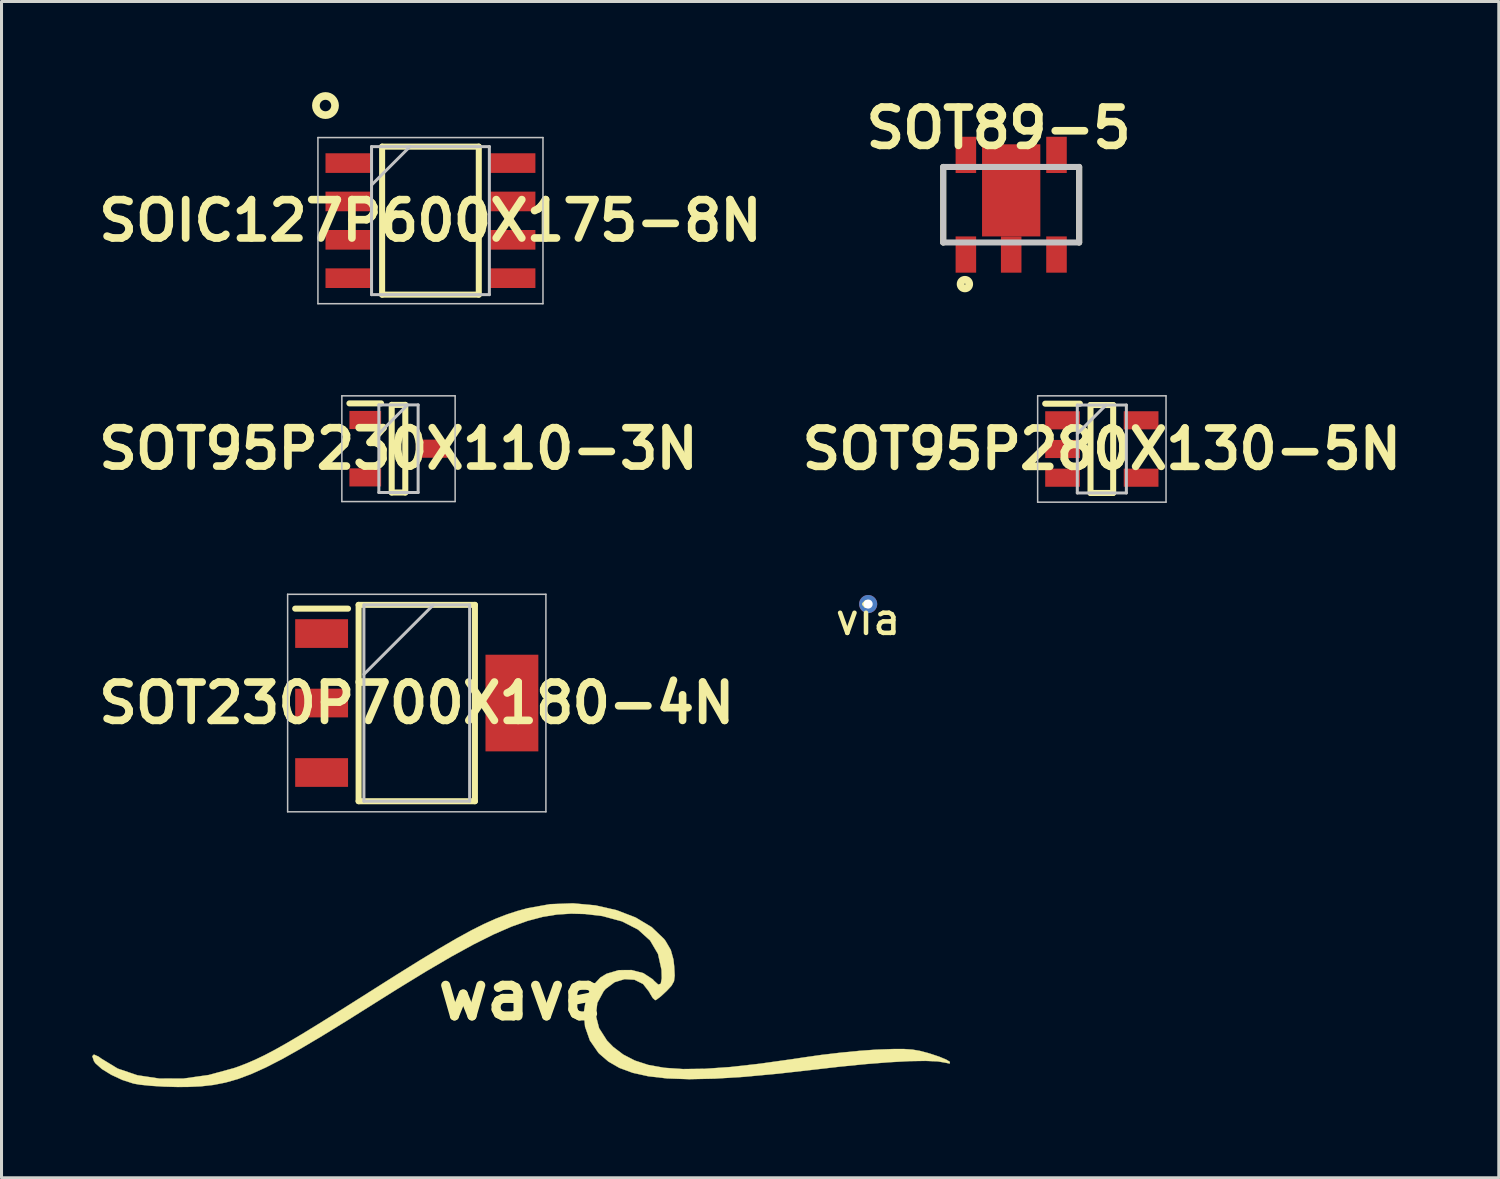
<source format=kicad_pcb>
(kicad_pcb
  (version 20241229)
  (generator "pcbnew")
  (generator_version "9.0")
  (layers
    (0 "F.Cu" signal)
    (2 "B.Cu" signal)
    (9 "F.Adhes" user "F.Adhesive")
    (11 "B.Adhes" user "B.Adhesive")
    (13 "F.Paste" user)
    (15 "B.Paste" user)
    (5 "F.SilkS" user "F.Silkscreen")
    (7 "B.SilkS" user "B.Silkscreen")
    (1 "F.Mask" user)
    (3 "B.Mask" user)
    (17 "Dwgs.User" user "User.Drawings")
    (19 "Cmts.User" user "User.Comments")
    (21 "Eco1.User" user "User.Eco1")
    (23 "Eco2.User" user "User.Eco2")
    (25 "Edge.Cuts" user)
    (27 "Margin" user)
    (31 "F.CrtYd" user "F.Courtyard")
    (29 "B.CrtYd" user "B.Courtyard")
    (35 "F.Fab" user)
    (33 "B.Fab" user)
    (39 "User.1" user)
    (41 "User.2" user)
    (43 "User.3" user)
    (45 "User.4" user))
  (footprint "SOT89-5"
    (layer "F.Cu")
    (at 30.425 3.727)
    (property "Reference" "SOT89-5" (at -0.416 -2.538 0) (layer "F.SilkS") (effects (font (size 1.27 1.27) (thickness 0.254))))
    (attr smd)
    (fp_line (start -2.25 1.25) (end -2.25 -1.25) (stroke (width 0.2) (type solid)) (layer "F.SilkS"))
    (fp_line (start 2.25 -1.25) (end 2.25 1.25) (stroke (width 0.2) (type solid)) (layer "F.SilkS"))
    (fp_circle (center -1.532 2.628) (end -1.549 2.628) (stroke (width 0.254) (type solid)) (fill no) (layer "F.SilkS"))
    (fp_line (start -2.25 -1.25) (end 2.25 -1.25) (stroke (width 0.2) (type solid)) (layer "Dwgs.User"))
    (fp_line (start -2.25 1.25) (end -2.25 -1.25) (stroke (width 0.2) (type solid)) (layer "Dwgs.User"))
    (fp_line (start 2.25 -1.25) (end 2.25 1.25) (stroke (width 0.2) (type solid)) (layer "Dwgs.User"))
    (fp_line (start 2.25 1.25) (end -2.25 1.25) (stroke (width 0.2) (type solid)) (layer "Dwgs.User"))
    (pad "1" smd rect (at -1.5 1.65) (size 0.68 1.2) (layers "F.Cu" "F.Mask" "F.Paste"))
    (pad "2" smd rect (at 0 1.65) (size 0.68 1.2) (layers "F.Cu" "F.Mask" "F.Paste"))
    (pad "3" smd rect (at 1.5 1.65) (size 0.68 1.2) (layers "F.Cu" "F.Mask" "F.Paste"))
    (pad "4" smd rect (at 1.5 -1.65) (size 0.68 1.2) (layers "F.Cu" "F.Mask" "F.Paste"))
    (pad "5" smd rect (at -1.5 -1.65) (size 0.68 1.2) (layers "F.Cu" "F.Mask" "F.Paste"))
    (pad "6" smd rect (at 0 -0.475) (size 1.93 3.05) (layers "F.Cu" "F.Mask" "F.Paste")))
  (footprint "SOT95P280X130-5N"
    (layer "F.Cu")
    (at 33.426 11.814)
    (property "Reference" "SOT95P280X130-5N" (at 0 0 0) (layer "F.SilkS") (effects (font (size 1.27 1.27) (thickness 0.254))))
    (attr smd)
    (fp_line (start -1.875 -1.5) (end -0.725 -1.5) (stroke (width 0.2) (type solid)) (layer "F.SilkS"))
    (fp_line (start -0.375 -1.455) (end 0.375 -1.455) (stroke (width 0.2) (type solid)) (layer "F.SilkS"))
    (fp_line (start -0.375 1.455) (end -0.375 -1.455) (stroke (width 0.2) (type solid)) (layer "F.SilkS"))
    (fp_line (start 0.375 -1.455) (end 0.375 1.455) (stroke (width 0.2) (type solid)) (layer "F.SilkS"))
    (fp_line (start 0.375 1.455) (end -0.375 1.455) (stroke (width 0.2) (type solid)) (layer "F.SilkS"))
    (fp_line (start -2.125 -1.76) (end 2.125 -1.76) (stroke (width 0.05) (type solid)) (layer "Dwgs.User"))
    (fp_line (start -2.125 1.76) (end -2.125 -1.76) (stroke (width 0.05) (type solid)) (layer "Dwgs.User"))
    (fp_line (start -0.812 -1.455) (end 0.812 -1.455) (stroke (width 0.1) (type solid)) (layer "Dwgs.User"))
    (fp_line (start -0.812 -0.505) (end 0.138 -1.455) (stroke (width 0.1) (type solid)) (layer "Dwgs.User"))
    (fp_line (start -0.812 1.455) (end -0.812 -1.455) (stroke (width 0.1) (type solid)) (layer "Dwgs.User"))
    (fp_line (start 0.812 -1.455) (end 0.812 1.455) (stroke (width 0.1) (type solid)) (layer "Dwgs.User"))
    (fp_line (start 0.812 1.455) (end -0.812 1.455) (stroke (width 0.1) (type solid)) (layer "Dwgs.User"))
    (fp_line (start 2.125 -1.76) (end 2.125 1.76) (stroke (width 0.05) (type solid)) (layer "Dwgs.User"))
    (fp_line (start 2.125 1.76) (end -2.125 1.76) (stroke (width 0.05) (type solid)) (layer "Dwgs.User"))
    (pad "1" smd rect (at -1.3 -0.95 90) (size 0.6 1.15) (layers "F.Cu" "F.Mask" "F.Paste"))
    (pad "2" smd rect (at -1.3 0 90) (size 0.6 1.15) (layers "F.Cu" "F.Mask" "F.Paste"))
    (pad "3" smd rect (at -1.3 0.95 90) (size 0.6 1.15) (layers "F.Cu" "F.Mask" "F.Paste"))
    (pad "4" smd rect (at 1.3 0.95 90) (size 0.6 1.15) (layers "F.Cu" "F.Mask" "F.Paste"))
    (pad "5" smd rect (at 1.3 -0.95 90) (size 0.6 1.15) (layers "F.Cu" "F.Mask" "F.Paste")))
  (footprint "SOT95P230X110-3N"
    (layer "F.Cu")
    (at 10.142 11.804)
    (property "Reference" "SOT95P230X110-3N" (at 0 0 0) (layer "F.SilkS") (effects (font (size 1.27 1.27) (thickness 0.254))))
    (attr smd)
    (fp_line (start -1.625 -1.5) (end -0.575 -1.5) (stroke (width 0.2) (type solid)) (layer "F.SilkS"))
    (fp_line (start -0.225 -1.45) (end 0.225 -1.45) (stroke (width 0.2) (type solid)) (layer "F.SilkS"))
    (fp_line (start -0.225 1.45) (end -0.225 -1.45) (stroke (width 0.2) (type solid)) (layer "F.SilkS"))
    (fp_line (start 0.225 -1.45) (end 0.225 1.45) (stroke (width 0.2) (type solid)) (layer "F.SilkS"))
    (fp_line (start 0.225 1.45) (end -0.225 1.45) (stroke (width 0.2) (type solid)) (layer "F.SilkS"))
    (fp_line (start -1.875 -1.75) (end 1.875 -1.75) (stroke (width 0.05) (type solid)) (layer "Dwgs.User"))
    (fp_line (start -1.875 1.75) (end -1.875 -1.75) (stroke (width 0.05) (type solid)) (layer "Dwgs.User"))
    (fp_line (start -0.65 -1.45) (end 0.65 -1.45) (stroke (width 0.1) (type solid)) (layer "Dwgs.User"))
    (fp_line (start -0.65 -0.5) (end 0.3 -1.45) (stroke (width 0.1) (type solid)) (layer "Dwgs.User"))
    (fp_line (start -0.65 1.45) (end -0.65 -1.45) (stroke (width 0.1) (type solid)) (layer "Dwgs.User"))
    (fp_line (start 0.65 -1.45) (end 0.65 1.45) (stroke (width 0.1) (type solid)) (layer "Dwgs.User"))
    (fp_line (start 0.65 1.45) (end -0.65 1.45) (stroke (width 0.1) (type solid)) (layer "Dwgs.User"))
    (fp_line (start 1.875 -1.75) (end 1.875 1.75) (stroke (width 0.05) (type solid)) (layer "Dwgs.User"))
    (fp_line (start 1.875 1.75) (end -1.875 1.75) (stroke (width 0.05) (type solid)) (layer "Dwgs.User"))
    (pad "1" smd rect (at -1.1 -0.95 90) (size 0.6 1.05) (layers "F.Cu" "F.Mask" "F.Paste"))
    (pad "2" smd rect (at -1.1 0.95 90) (size 0.6 1.05) (layers "F.Cu" "F.Mask" "F.Paste"))
    (pad "3" smd rect (at 1.1 0 90) (size 0.6 1.05) (layers "F.Cu" "F.Mask" "F.Paste")))
  (footprint "SOT230P700X180-4N"
    (layer "F.Cu")
    (at 10.747 20.224)
    (property "Reference" "SOT230P700X180-4N" (at 0 0 0) (layer "F.SilkS") (effects (font (size 1.27 1.27) (thickness 0.254))))
    (attr smd)
    (fp_line (start -4.025 -3.125) (end -2.275 -3.125) (stroke (width 0.2) (type solid)) (layer "F.SilkS"))
    (fp_line (start -1.925 -3.25) (end 1.925 -3.25) (stroke (width 0.2) (type solid)) (layer "F.SilkS"))
    (fp_line (start -1.925 3.25) (end -1.925 -3.25) (stroke (width 0.2) (type solid)) (layer "F.SilkS"))
    (fp_line (start 1.925 -3.25) (end 1.925 3.25) (stroke (width 0.2) (type solid)) (layer "F.SilkS"))
    (fp_line (start 1.925 3.25) (end -1.925 3.25) (stroke (width 0.2) (type solid)) (layer "F.SilkS"))
    (fp_line (start -4.275 -3.6) (end 4.275 -3.6) (stroke (width 0.05) (type solid)) (layer "Dwgs.User"))
    (fp_line (start -4.275 3.6) (end -4.275 -3.6) (stroke (width 0.05) (type solid)) (layer "Dwgs.User"))
    (fp_line (start -1.75 -3.25) (end 1.75 -3.25) (stroke (width 0.1) (type solid)) (layer "Dwgs.User"))
    (fp_line (start -1.75 -0.95) (end 0.55 -3.25) (stroke (width 0.1) (type solid)) (layer "Dwgs.User"))
    (fp_line (start -1.75 3.25) (end -1.75 -3.25) (stroke (width 0.1) (type solid)) (layer "Dwgs.User"))
    (fp_line (start 1.75 -3.25) (end 1.75 3.25) (stroke (width 0.1) (type solid)) (layer "Dwgs.User"))
    (fp_line (start 1.75 3.25) (end -1.75 3.25) (stroke (width 0.1) (type solid)) (layer "Dwgs.User"))
    (fp_line (start 4.275 -3.6) (end 4.275 3.6) (stroke (width 0.05) (type solid)) (layer "Dwgs.User"))
    (fp_line (start 4.275 3.6) (end -4.275 3.6) (stroke (width 0.05) (type solid)) (layer "Dwgs.User"))
    (pad "1" smd rect (at -3.15 -2.3 90) (size 0.95 1.75) (layers "F.Cu" "F.Mask" "F.Paste"))
    (pad "2" smd rect (at -3.15 0 90) (size 0.95 1.75) (layers "F.Cu" "F.Mask" "F.Paste"))
    (pad "3" smd rect (at -3.15 2.3 90) (size 0.95 1.75) (layers "F.Cu" "F.Mask" "F.Paste"))
    (pad "4" smd rect (at 3.15 0) (size 1.75 3.2) (layers "F.Cu" "F.Mask" "F.Paste")))
  (footprint "wave"
    (layer "F.Cu")
    (at 14.208 29.893)
    (property "Reference" "wave" (at 0 0 0) (layer "F.SilkS") (effects (font (size 1.524 1.524) (thickness 0.3))))
    (attr through_hole)
    (fp_poly (pts (xy 2.454 -2.971) (xy 3.154 -2.812) (xy 3.784 -2.57) (xy 4.317 -2.25) (xy 4.725 -1.859) (xy 4.778 -1.788) (xy 4.948 -1.496) (xy 5.037 -1.176) (xy 5.063 -0.933) (xy 5.078 -0.644) (xy 5.054 -0.458) (xy 4.972 -0.31) (xy 4.809 -0.135) (xy 4.802 -0.129) (xy 4.617 0.043) (xy 4.475 0.15) (xy 4.432 0.168) (xy 4.352 0.097) (xy 4.25 -0.073) (xy 4.233 -0.108) (xy 4.031 -0.368) (xy 3.747 -0.509) (xy 3.42 -0.529) (xy 3.089 -0.428) (xy 2.791 -0.205) (xy 2.726 -0.129) (xy 2.516 0.26) (xy 2.467 0.674) (xy 2.575 1.095) (xy 2.836 1.503) (xy 3.041 1.714) (xy 3.374 1.967) (xy 3.758 2.166) (xy 4.207 2.312) (xy 4.733 2.406) (xy 5.351 2.448) (xy 6.074 2.439) (xy 6.915 2.381) (xy 7.888 2.272) (xy 9.007 2.115) (xy 9.356 2.062) (xy 9.933 1.98) (xy 10.563 1.906) (xy 11.18 1.846) (xy 11.714 1.807) (xy 11.821 1.802) (xy 12.304 1.785) (xy 12.663 1.784) (xy 12.944 1.803) (xy 13.194 1.846) (xy 13.457 1.915) (xy 13.531 1.937) (xy 13.831 2.037) (xy 14.063 2.133) (xy 14.183 2.206) (xy 14.188 2.212) (xy 14.181 2.266) (xy 14.044 2.238) (xy 13.788 2.194) (xy 13.382 2.177) (xy 12.84 2.186) (xy 12.179 2.222) (xy 11.415 2.282) (xy 10.564 2.366) (xy 9.779 2.456) (xy 8.505 2.6) (xy 7.384 2.704) (xy 6.405 2.765) (xy 5.557 2.783) (xy 4.828 2.758) (xy 4.208 2.687) (xy 3.684 2.571) (xy 3.246 2.409) (xy 2.883 2.199) (xy 2.583 1.941) (xy 2.55 1.906) (xy 2.269 1.5) (xy 2.11 1.046) (xy 2.068 0.579) (xy 2.141 0.129) (xy 2.326 -0.269) (xy 2.618 -0.583) (xy 2.826 -0.709) (xy 3.228 -0.827) (xy 3.65 -0.83) (xy 4.041 -0.727) (xy 4.35 -0.524) (xy 4.398 -0.471) (xy 4.533 -0.349) (xy 4.616 -0.377) (xy 4.649 -0.56) (xy 4.641 -0.839) (xy 4.525 -1.363) (xy 4.264 -1.808) (xy 3.865 -2.169) (xy 3.335 -2.441) (xy 2.68 -2.618) (xy 2.112 -2.685) (xy 1.646 -2.697) (xy 1.184 -2.668) (xy 0.711 -2.591) (xy 0.213 -2.46) (xy -0.323 -2.269) (xy -0.914 -2.012) (xy -1.573 -1.683) (xy -2.315 -1.276) (xy -3.154 -0.785) (xy -4.105 -0.203) (xy -4.826 0.249) (xy -5.767 0.841) (xy -6.584 1.344) (xy -7.293 1.765) (xy -7.911 2.113) (xy -8.454 2.392) (xy -8.938 2.611) (xy -9.38 2.777) (xy -9.795 2.895) (xy -10.199 2.974) (xy -10.61 3.02) (xy -11.043 3.039) (xy -11.384 3.041) (xy -11.833 3.029) (xy -12.265 3.002) (xy -12.627 2.965) (xy -12.837 2.928) (xy -13.206 2.809) (xy -13.57 2.64) (xy -13.883 2.448) (xy -14.097 2.259) (xy -14.145 2.191) (xy -14.203 2.022) (xy -14.149 1.967) (xy -13.996 2.035) (xy -13.905 2.101) (xy -13.361 2.432) (xy -12.71 2.653) (xy -11.975 2.763) (xy -11.18 2.761) (xy -10.348 2.644) (xy -9.502 2.413) (xy -9.387 2.373) (xy -9.102 2.264) (xy -8.812 2.139) (xy -8.501 1.99) (xy -8.152 1.807) (xy -7.75 1.58) (xy -7.277 1.3) (xy -6.718 0.958) (xy -6.055 0.545) (xy -5.272 0.051) (xy -4.995 -0.125) (xy -4.114 -0.682) (xy -3.357 -1.154) (xy -2.706 -1.548) (xy -2.147 -1.874) (xy -1.662 -2.14) (xy -1.235 -2.355) (xy -0.848 -2.528) (xy -0.487 -2.668) (xy -0.133 -2.784) (xy 0.21 -2.878) (xy 0.954 -3.011) (xy 1.711 -3.039) (xy 2.454 -2.971)) (stroke (width 0.01) (type solid)) (fill yes) (layer "F.SilkS")))
  (footprint "SOIC127P600X175-8N"
    (layer "F.Cu")
    (at 11.2 4.254)
    (property "Reference" "SOIC127P600X175-8N" (at 0 0 0) (layer "F.SilkS") (effects (font (size 1.27 1.27) (thickness 0.254))))
    (attr smd)
    (fp_line (start -1.6 -2.45) (end 1.6 -2.45) (stroke (width 0.2) (type solid)) (layer "F.SilkS"))
    (fp_line (start -1.6 2.45) (end -1.6 -2.45) (stroke (width 0.2) (type solid)) (layer "F.SilkS"))
    (fp_line (start 1.6 -2.45) (end 1.6 2.45) (stroke (width 0.2) (type solid)) (layer "F.SilkS"))
    (fp_line (start 1.6 2.45) (end -1.6 2.45) (stroke (width 0.2) (type solid)) (layer "F.SilkS"))
    (fp_circle (center -3.475 -3.81) (end -3.158 -3.81) (stroke (width 0.254) (type solid)) (fill no) (layer "F.SilkS"))
    (fp_line (start -3.725 -2.75) (end 3.725 -2.75) (stroke (width 0.05) (type solid)) (layer "Dwgs.User"))
    (fp_line (start -3.725 2.75) (end -3.725 -2.75) (stroke (width 0.05) (type solid)) (layer "Dwgs.User"))
    (fp_line (start -1.95 -2.45) (end 1.95 -2.45) (stroke (width 0.1) (type solid)) (layer "Dwgs.User"))
    (fp_line (start -1.95 -1.18) (end -0.68 -2.45) (stroke (width 0.1) (type solid)) (layer "Dwgs.User"))
    (fp_line (start -1.95 2.45) (end -1.95 -2.45) (stroke (width 0.1) (type solid)) (layer "Dwgs.User"))
    (fp_line (start 1.95 -2.45) (end 1.95 2.45) (stroke (width 0.1) (type solid)) (layer "Dwgs.User"))
    (fp_line (start 1.95 2.45) (end -1.95 2.45) (stroke (width 0.1) (type solid)) (layer "Dwgs.User"))
    (fp_line (start 3.725 -2.75) (end 3.725 2.75) (stroke (width 0.05) (type solid)) (layer "Dwgs.User"))
    (fp_line (start 3.725 2.75) (end -3.725 2.75) (stroke (width 0.05) (type solid)) (layer "Dwgs.User"))
    (pad "1" smd rect (at -2.712 -1.905 90) (size 0.65 1.525) (layers "F.Cu" "F.Mask" "F.Paste"))
    (pad "2" smd rect (at -2.712 -0.635 90) (size 0.65 1.525) (layers "F.Cu" "F.Mask" "F.Paste"))
    (pad "3" smd rect (at -2.712 0.635 90) (size 0.65 1.525) (layers "F.Cu" "F.Mask" "F.Paste"))
    (pad "4" smd rect (at -2.712 1.905 90) (size 0.65 1.525) (layers "F.Cu" "F.Mask" "F.Paste"))
    (pad "5" smd rect (at 2.712 1.905 90) (size 0.65 1.525) (layers "F.Cu" "F.Mask" "F.Paste"))
    (pad "6" smd rect (at 2.712 0.635 90) (size 0.65 1.525) (layers "F.Cu" "F.Mask" "F.Paste"))
    (pad "7" smd rect (at 2.712 -0.635 90) (size 0.65 1.525) (layers "F.Cu" "F.Mask" "F.Paste"))
    (pad "8" smd rect (at 2.712 -1.905 90) (size 0.65 1.525) (layers "F.Cu" "F.Mask" "F.Paste")))
  (footprint "via"
    (layer "F.Cu")
    (at 25.69 16.947)
    (property "Reference" "via" (at 0 0.5 0) (layer "F.SilkS") (effects (font (size 1 1) (thickness 0.15))))
    (attr through_hole)
    (pad "1" thru_hole circle (at 0 0) (size 0.6 0.6) (drill 0.3) (layers "*.Cu")))
  (gr_rect
    (start -3 -3)
    (end 46.567 35.939)
    (stroke (width 0.1) (type default))
    (fill no)
    (layer "Edge.Cuts")))
</source>
